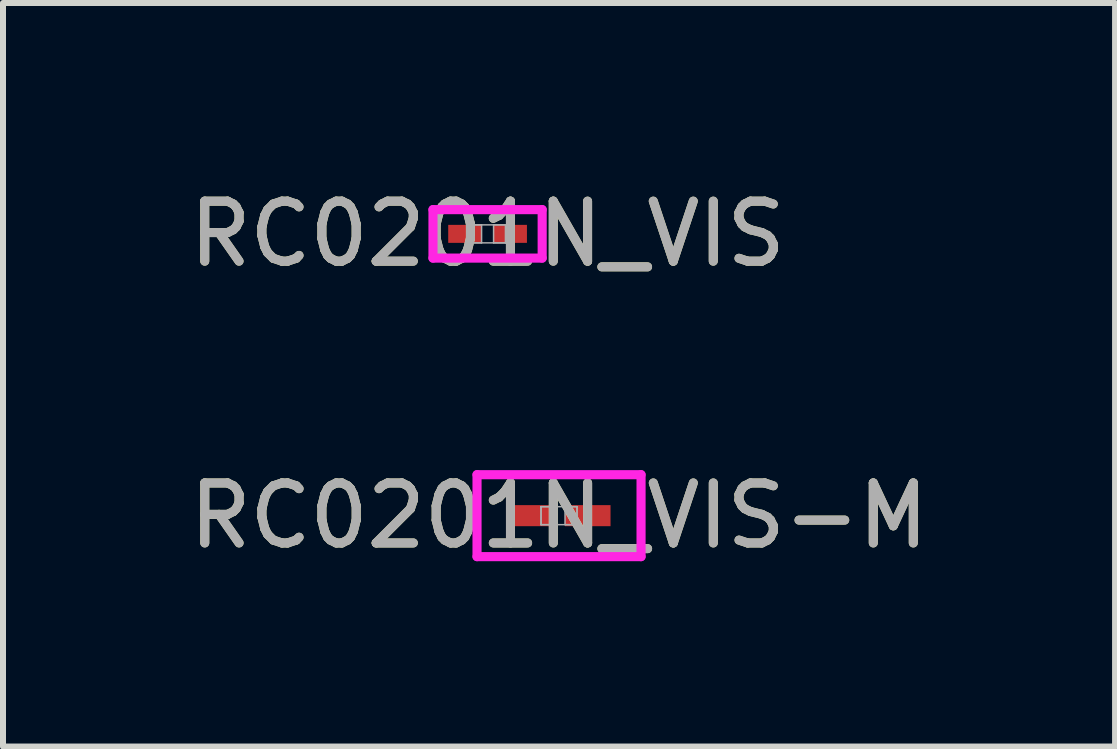
<source format=kicad_pcb>
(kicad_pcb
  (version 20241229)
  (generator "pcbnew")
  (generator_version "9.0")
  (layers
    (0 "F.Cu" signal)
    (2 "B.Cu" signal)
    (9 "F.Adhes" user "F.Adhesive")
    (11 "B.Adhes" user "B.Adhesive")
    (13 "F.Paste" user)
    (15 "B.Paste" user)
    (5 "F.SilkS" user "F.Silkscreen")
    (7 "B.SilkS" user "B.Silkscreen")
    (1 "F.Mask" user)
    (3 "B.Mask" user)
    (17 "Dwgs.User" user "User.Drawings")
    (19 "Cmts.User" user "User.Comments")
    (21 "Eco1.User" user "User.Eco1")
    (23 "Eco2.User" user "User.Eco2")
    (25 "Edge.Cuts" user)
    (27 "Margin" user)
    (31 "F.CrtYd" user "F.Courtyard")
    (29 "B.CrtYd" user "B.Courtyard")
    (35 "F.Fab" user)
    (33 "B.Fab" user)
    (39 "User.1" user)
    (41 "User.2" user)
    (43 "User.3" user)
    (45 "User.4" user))
  (footprint "RC0201N_VIS"
    (layer "F.Cu")
    (at 5.077 0.848)
    (property "Reference" "RC0201N_VIS" (at 0 0 0) (unlocked yes) (layer "F.SilkS") (effects (font (size 1 1) (thickness 0.15))))
    (attr smd)
    (fp_line (start -0.91 -0.404) (end 0.91 -0.404) (stroke (width 0.152) (type solid)) (layer "F.CrtYd"))
    (fp_line (start -0.91 0.404) (end -0.91 -0.404) (stroke (width 0.152) (type solid)) (layer "F.CrtYd"))
    (fp_line (start 0.91 -0.404) (end 0.91 0.404) (stroke (width 0.152) (type solid)) (layer "F.CrtYd"))
    (fp_line (start 0.91 0.404) (end -0.91 0.404) (stroke (width 0.152) (type solid)) (layer "F.CrtYd"))
    (fp_line (start -0.3 -0.15) (end -0.3 0.15) (stroke (width 0.025) (type solid)) (layer "F.Fab"))
    (fp_line (start -0.3 -0.15) (end -0.3 0.15) (stroke (width 0.025) (type solid)) (layer "F.Fab"))
    (fp_line (start -0.3 0.15) (end -0.1 0.15) (stroke (width 0.025) (type solid)) (layer "F.Fab"))
    (fp_line (start -0.3 0.15) (end 0.3 0.15) (stroke (width 0.025) (type solid)) (layer "F.Fab"))
    (fp_line (start -0.1 -0.15) (end -0.3 -0.15) (stroke (width 0.025) (type solid)) (layer "F.Fab"))
    (fp_line (start -0.1 0.15) (end -0.1 -0.15) (stroke (width 0.025) (type solid)) (layer "F.Fab"))
    (fp_line (start 0.1 -0.15) (end 0.1 0.15) (stroke (width 0.025) (type solid)) (layer "F.Fab"))
    (fp_line (start 0.1 0.15) (end 0.3 0.15) (stroke (width 0.025) (type solid)) (layer "F.Fab"))
    (fp_line (start 0.3 -0.15) (end -0.3 -0.15) (stroke (width 0.025) (type solid)) (layer "F.Fab"))
    (fp_line (start 0.3 -0.15) (end 0.1 -0.15) (stroke (width 0.025) (type solid)) (layer "F.Fab"))
    (fp_line (start 0.3 0.15) (end 0.3 -0.15) (stroke (width 0.025) (type solid)) (layer "F.Fab"))
    (fp_line (start 0.3 0.15) (end 0.3 -0.15) (stroke (width 0.025) (type solid)) (layer "F.Fab"))
    (fp_text user "${REFERENCE}" (at 0 0 0) (unlocked yes) (layer "F.Fab") (effects (font (size 1 1) (thickness 0.15))))
    (pad "1" smd rect (at -0.378 0) (size 0.556 0.3) (layers "F.Cu" "F.Mask" "F.Paste"))
    (pad "2" smd rect (at 0.378 0) (size 0.556 0.3) (layers "F.Cu" "F.Mask" "F.Paste"))
    (zone (net_name "") (layer "F.Cu") (hatch full 0.508) (connect_pads) (min_thickness 0.254) (filled_areas_thickness no) (keepout (tracks not_allowed) (vias not_allowed) (pads allowed) (copperpour not_allowed) (footprints allowed)) (placement (enabled no)) (fill) (polygon (pts (xy 5.028 0.749) (xy 5.127 0.749) (xy 5.127 0.947) (xy 5.028 0.947)))))
  (footprint "RC0201N_VIS-M"
    (layer "F.Cu")
    (at 6.268 5.545)
    (property "Reference" "RC0201N_VIS-M" (at 0 0 0) (unlocked yes) (layer "F.SilkS") (effects (font (size 1 1) (thickness 0.15))))
    (attr smd)
    (fp_line (start -1.367 -0.683) (end 1.367 -0.683) (stroke (width 0.152) (type solid)) (layer "F.CrtYd"))
    (fp_line (start -1.367 0.683) (end -1.367 -0.683) (stroke (width 0.152) (type solid)) (layer "F.CrtYd"))
    (fp_line (start 1.367 -0.683) (end 1.367 0.683) (stroke (width 0.152) (type solid)) (layer "F.CrtYd"))
    (fp_line (start 1.367 0.683) (end -1.367 0.683) (stroke (width 0.152) (type solid)) (layer "F.CrtYd"))
    (fp_line (start -0.3 -0.15) (end -0.3 0.15) (stroke (width 0.025) (type solid)) (layer "F.Fab"))
    (fp_line (start -0.3 -0.15) (end -0.3 0.15) (stroke (width 0.025) (type solid)) (layer "F.Fab"))
    (fp_line (start -0.3 0.15) (end -0.1 0.15) (stroke (width 0.025) (type solid)) (layer "F.Fab"))
    (fp_line (start -0.3 0.15) (end 0.3 0.15) (stroke (width 0.025) (type solid)) (layer "F.Fab"))
    (fp_line (start -0.1 -0.15) (end -0.3 -0.15) (stroke (width 0.025) (type solid)) (layer "F.Fab"))
    (fp_line (start -0.1 0.15) (end -0.1 -0.15) (stroke (width 0.025) (type solid)) (layer "F.Fab"))
    (fp_line (start 0.1 -0.15) (end 0.1 0.15) (stroke (width 0.025) (type solid)) (layer "F.Fab"))
    (fp_line (start 0.1 0.15) (end 0.3 0.15) (stroke (width 0.025) (type solid)) (layer "F.Fab"))
    (fp_line (start 0.3 -0.15) (end -0.3 -0.15) (stroke (width 0.025) (type solid)) (layer "F.Fab"))
    (fp_line (start 0.3 -0.15) (end 0.1 -0.15) (stroke (width 0.025) (type solid)) (layer "F.Fab"))
    (fp_line (start 0.3 0.15) (end 0.3 -0.15) (stroke (width 0.025) (type solid)) (layer "F.Fab"))
    (fp_line (start 0.3 0.15) (end 0.3 -0.15) (stroke (width 0.025) (type solid)) (layer "F.Fab"))
    (fp_text user "${REFERENCE}" (at 0 0 0) (unlocked yes) (layer "F.Fab") (effects (font (size 1 1) (thickness 0.15))))
    (pad "1" smd rect (at -0.479 0) (size 0.759 0.351) (layers "F.Cu" "F.Mask" "F.Paste"))
    (pad "2" smd rect (at 0.479 0) (size 0.759 0.351) (layers "F.Cu" "F.Mask" "F.Paste"))
    (zone (net_name "") (layer "F.Cu") (hatch full 0.508) (connect_pads) (min_thickness 0.254) (filled_areas_thickness no) (keepout (tracks not_allowed) (vias not_allowed) (pads allowed) (copperpour not_allowed) (footprints allowed)) (placement (enabled no)) (fill) (polygon (pts (xy 6.219 5.446) (xy 6.317 5.446) (xy 6.317 5.644) (xy 6.219 5.644)))))
  (gr_rect
    (start -3 -3)
    (end 15.536 9.393)
    (stroke (width 0.1) (type default))
    (fill no)
    (layer "Edge.Cuts")))
</source>
